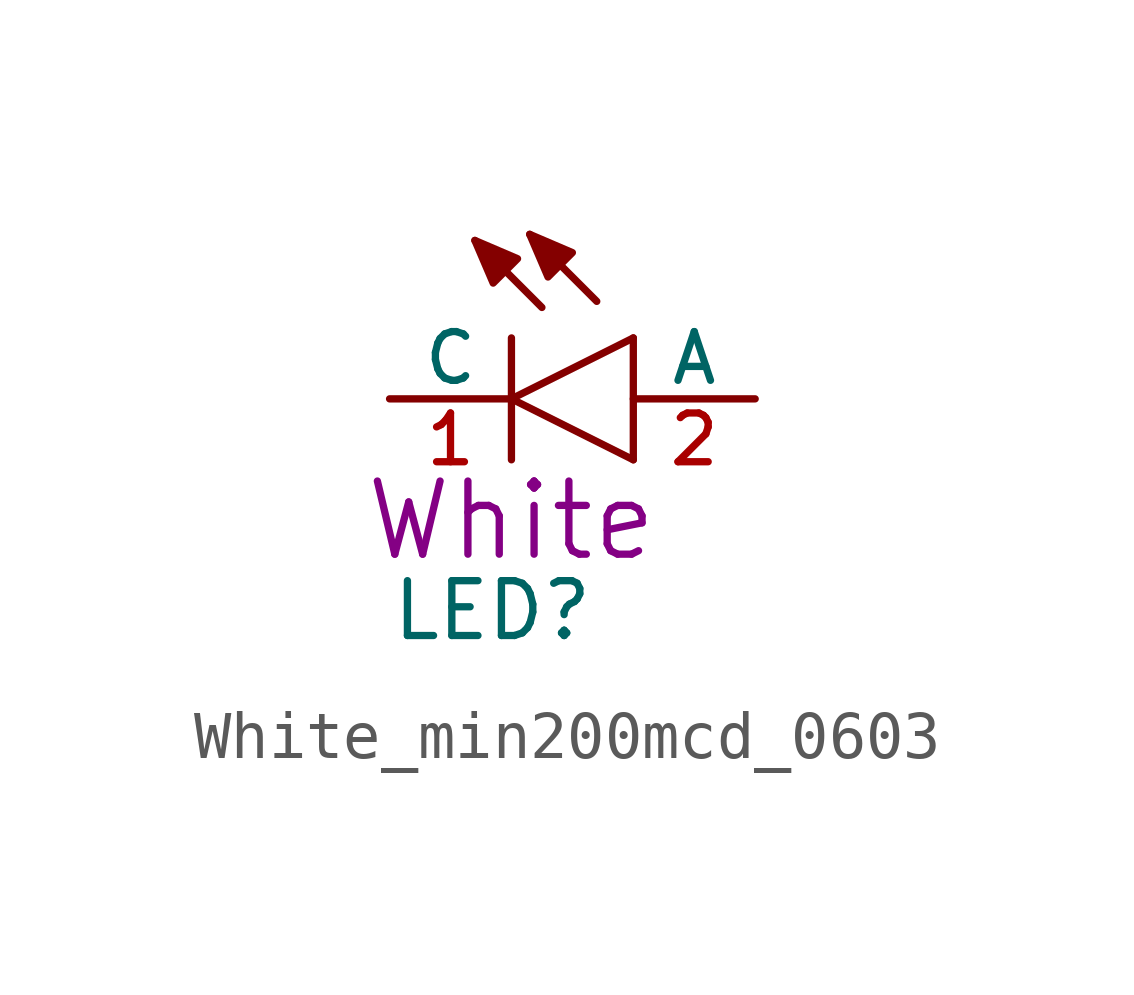
<source format=kicad_sym>
(kicad_symbol_lib
  (version 20220914)
  (generator kicad_symbol_editor)
  (symbol "White_min200mcd_0603"
    (pin_names
      (offset 0))
    (property "Reference" "LED"
      (at -2.54 -5.08 0)
      (effects (font (size 1.143 1.143)) (justify left bottom)))
    (property "Display" "White"
      (at 0 -2.54 0)
      (effects (font (size 1.524 1.524))))
    (symbol "White_min200mcd_0603_1_0"
      (polyline (pts (xy 0 -1.27) (xy 0 0)) (stroke (width 0) (type default)) (fill (type none)))
      (polyline (pts (xy 0 0) (xy 0 1.27)) (stroke (width 0) (type default)) (fill (type none)))
      (polyline (pts (xy 0 0) (xy 2.54 1.27)) (stroke (width 0) (type default)) (fill (type none)))
      (polyline (pts (xy 0.635 1.905) (xy -0.762 3.302)) (stroke (width 0) (type default)) (fill (type none)))
      (polyline (pts (xy 1.778 2.032) (xy 0.381 3.429)) (stroke (width 0) (type default)) (fill (type none)))
      (polyline (pts (xy 2.54 -1.27) (xy 0 0)) (stroke (width 0) (type default)) (fill (type none)))
      (polyline (pts (xy 2.54 -1.27) (xy 2.54 1.27)) (stroke (width 0) (type default)) (fill (type none))))
    (symbol "White_min200mcd_0603_1_1"
      (polyline (pts (xy -0.762 3.302) (xy 0.127 2.921) (xy 0.127 2.921) (xy -0.381 2.413) (xy -0.381 2.413) (xy -0.762 3.302)) (stroke (width 0) (type default)) (fill (type outline)))
      (polyline (pts (xy 0.381 3.429) (xy 1.27 3.048) (xy 1.27 3.048) (xy 0.762 2.54) (xy 0.762 2.54) (xy 0.381 3.429)) (stroke (width 0) (type default)) (fill (type outline)))
      (pin passive line (at -2.54 0 0) (length 2.54) (name "C" (effects (font (size 1.016 1.016)))) (number "1" (effects (font (size 1.016 1.016)))))
      (pin passive line (at 5.08 0 180) (length 2.54) (name "A" (effects (font (size 1.016 1.016)))) (number "2" (effects (font (size 1.016 1.016))))))))
</source>
